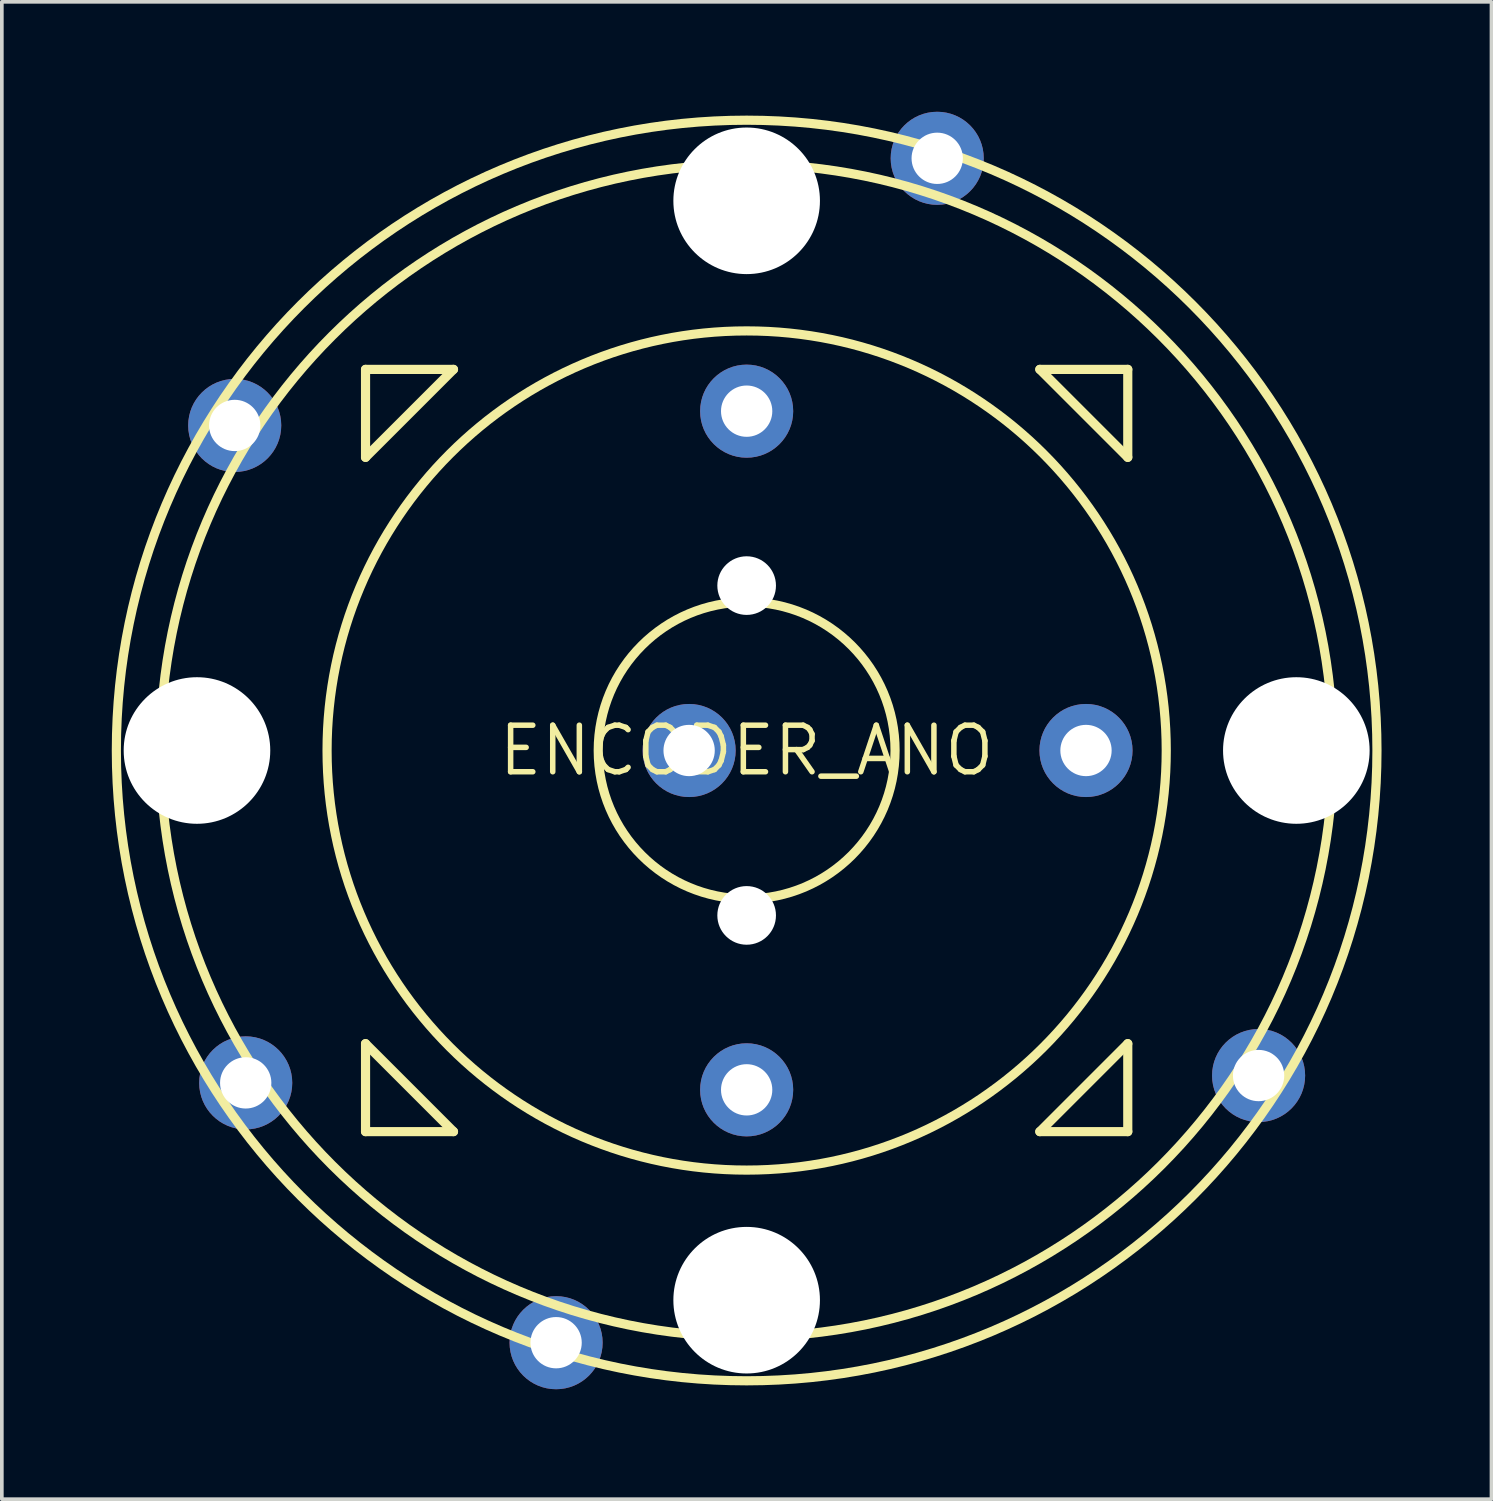
<source format=kicad_pcb>
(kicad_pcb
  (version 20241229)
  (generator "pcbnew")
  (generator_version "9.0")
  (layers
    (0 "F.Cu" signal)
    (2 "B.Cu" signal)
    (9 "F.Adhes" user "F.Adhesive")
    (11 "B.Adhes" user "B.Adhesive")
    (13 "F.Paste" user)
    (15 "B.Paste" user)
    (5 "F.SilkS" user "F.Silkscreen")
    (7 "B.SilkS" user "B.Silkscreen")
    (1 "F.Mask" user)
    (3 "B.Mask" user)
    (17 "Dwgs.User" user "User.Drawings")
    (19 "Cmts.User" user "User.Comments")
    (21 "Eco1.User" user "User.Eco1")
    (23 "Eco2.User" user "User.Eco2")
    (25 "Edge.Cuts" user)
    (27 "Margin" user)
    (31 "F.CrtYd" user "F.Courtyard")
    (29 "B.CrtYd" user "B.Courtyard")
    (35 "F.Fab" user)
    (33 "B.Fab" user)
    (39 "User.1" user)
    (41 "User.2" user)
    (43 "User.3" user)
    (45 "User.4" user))
  (footprint "ENCODER_ANO"
    (layer "F.Cu")
    (at 17.325 17.43)
    (property "Reference" "ENCODER_ANO" (at 0 0 0) (layer "F.SilkS") (effects (font (size 1.27 1.27) (thickness 0.15))))
    (fp_line (start -10.4 -10.4) (end -10.4 -8) (stroke (width 0.25) (type solid)) (layer "F.SilkS"))
    (fp_line (start -10.4 -8) (end -8 -10.4) (stroke (width 0.25) (type solid)) (layer "F.SilkS"))
    (fp_line (start -10.4 8) (end -10.4 10.4) (stroke (width 0.25) (type solid)) (layer "F.SilkS"))
    (fp_line (start -10.4 10.4) (end -8 10.4) (stroke (width 0.25) (type solid)) (layer "F.SilkS"))
    (fp_line (start -8 -10.4) (end -10.4 -10.4) (stroke (width 0.25) (type solid)) (layer "F.SilkS"))
    (fp_line (start -8 10.4) (end -10.4 8) (stroke (width 0.25) (type solid)) (layer "F.SilkS"))
    (fp_line (start 8 -10.4) (end 10.4 -8) (stroke (width 0.25) (type solid)) (layer "F.SilkS"))
    (fp_line (start 8 10.4) (end 10.4 10.4) (stroke (width 0.25) (type solid)) (layer "F.SilkS"))
    (fp_line (start 10.4 -10.4) (end 8 -10.4) (stroke (width 0.25) (type solid)) (layer "F.SilkS"))
    (fp_line (start 10.4 -8) (end 10.4 -10.4) (stroke (width 0.25) (type solid)) (layer "F.SilkS"))
    (fp_line (start 10.4 8) (end 8 10.4) (stroke (width 0.25) (type solid)) (layer "F.SilkS"))
    (fp_line (start 10.4 10.4) (end 10.4 8) (stroke (width 0.25) (type solid)) (layer "F.SilkS"))
    (fp_circle (center 0 0) (end 4.05 0) (stroke (width 0.25) (type solid)) (fill no) (layer "F.SilkS"))
    (fp_circle (center 0 0) (end 11.45 0) (stroke (width 0.25) (type solid)) (fill no) (layer "F.SilkS"))
    (fp_circle (center 0 0) (end 16 0) (stroke (width 0.25) (type solid)) (fill no) (layer "F.SilkS"))
    (fp_circle (center 0 0) (end 17.2 0) (stroke (width 0.25) (type solid)) (fill no) (layer "F.SilkS"))
    (pad "" np_thru_hole circle (at -15 0) (size 4 4) (drill 4) (layers "*.Cu" "*.Mask"))
    (pad "" np_thru_hole circle (at 0 -15) (size 4 4) (drill 4) (layers "*.Cu" "*.Mask"))
    (pad "" np_thru_hole circle (at 0 -4.5) (size 1.6 1.6) (drill 1.6) (layers "*.Cu" "*.Mask"))
    (pad "" np_thru_hole circle (at 0 4.5) (size 1.6 1.6) (drill 1.6) (layers "*.Cu" "*.Mask"))
    (pad "" np_thru_hole circle (at 0 15) (size 4 4) (drill 4) (layers "*.Cu" "*.Mask"))
    (pad "" np_thru_hole circle (at 15 0) (size 4 4) (drill 4) (layers "*.Cu" "*.Mask"))
    (pad "A" thru_hole circle (at 0 9.26) (size 2.54 2.54) (drill 1.4) (layers "*.Cu" "*.Mask"))
    (pad "B" thru_hole circle (at 9.26 0) (size 2.54 2.54) (drill 1.4) (layers "*.Cu" "*.Mask"))
    (pad "COM_A" thru_hole circle (at 0 -9.26) (size 2.54 2.54) (drill 1.4) (layers "*.Cu" "*.Mask"))
    (pad "COM_B" thru_hole circle (at -13.67 9.07) (size 2.54 2.54) (drill 1.4) (layers "*.Cu" "*.Mask"))
    (pad "S1" thru_hole circle (at -1.57 0) (size 2.54 2.54) (drill 1.4) (layers "*.Cu" "*.Mask"))
    (pad "S2" thru_hole circle (at -5.2 16.16) (size 2.54 2.54) (drill 1.4) (layers "*.Cu" "*.Mask"))
    (pad "S3" thru_hole circle (at 13.97 8.87) (size 2.54 2.54) (drill 1.4) (layers "*.Cu" "*.Mask"))
    (pad "S4" thru_hole circle (at 5.2 -16.16) (size 2.54 2.54) (drill 1.4) (layers "*.Cu" "*.Mask"))
    (pad "S5" thru_hole circle (at -13.97 -8.87) (size 2.54 2.54) (drill 1.4) (layers "*.Cu" "*.Mask")))
  (gr_rect
    (start -3 -3)
    (end 37.65 37.86)
    (stroke (width 0.1) (type default))
    (fill no)
    (layer "Edge.Cuts")))
</source>
